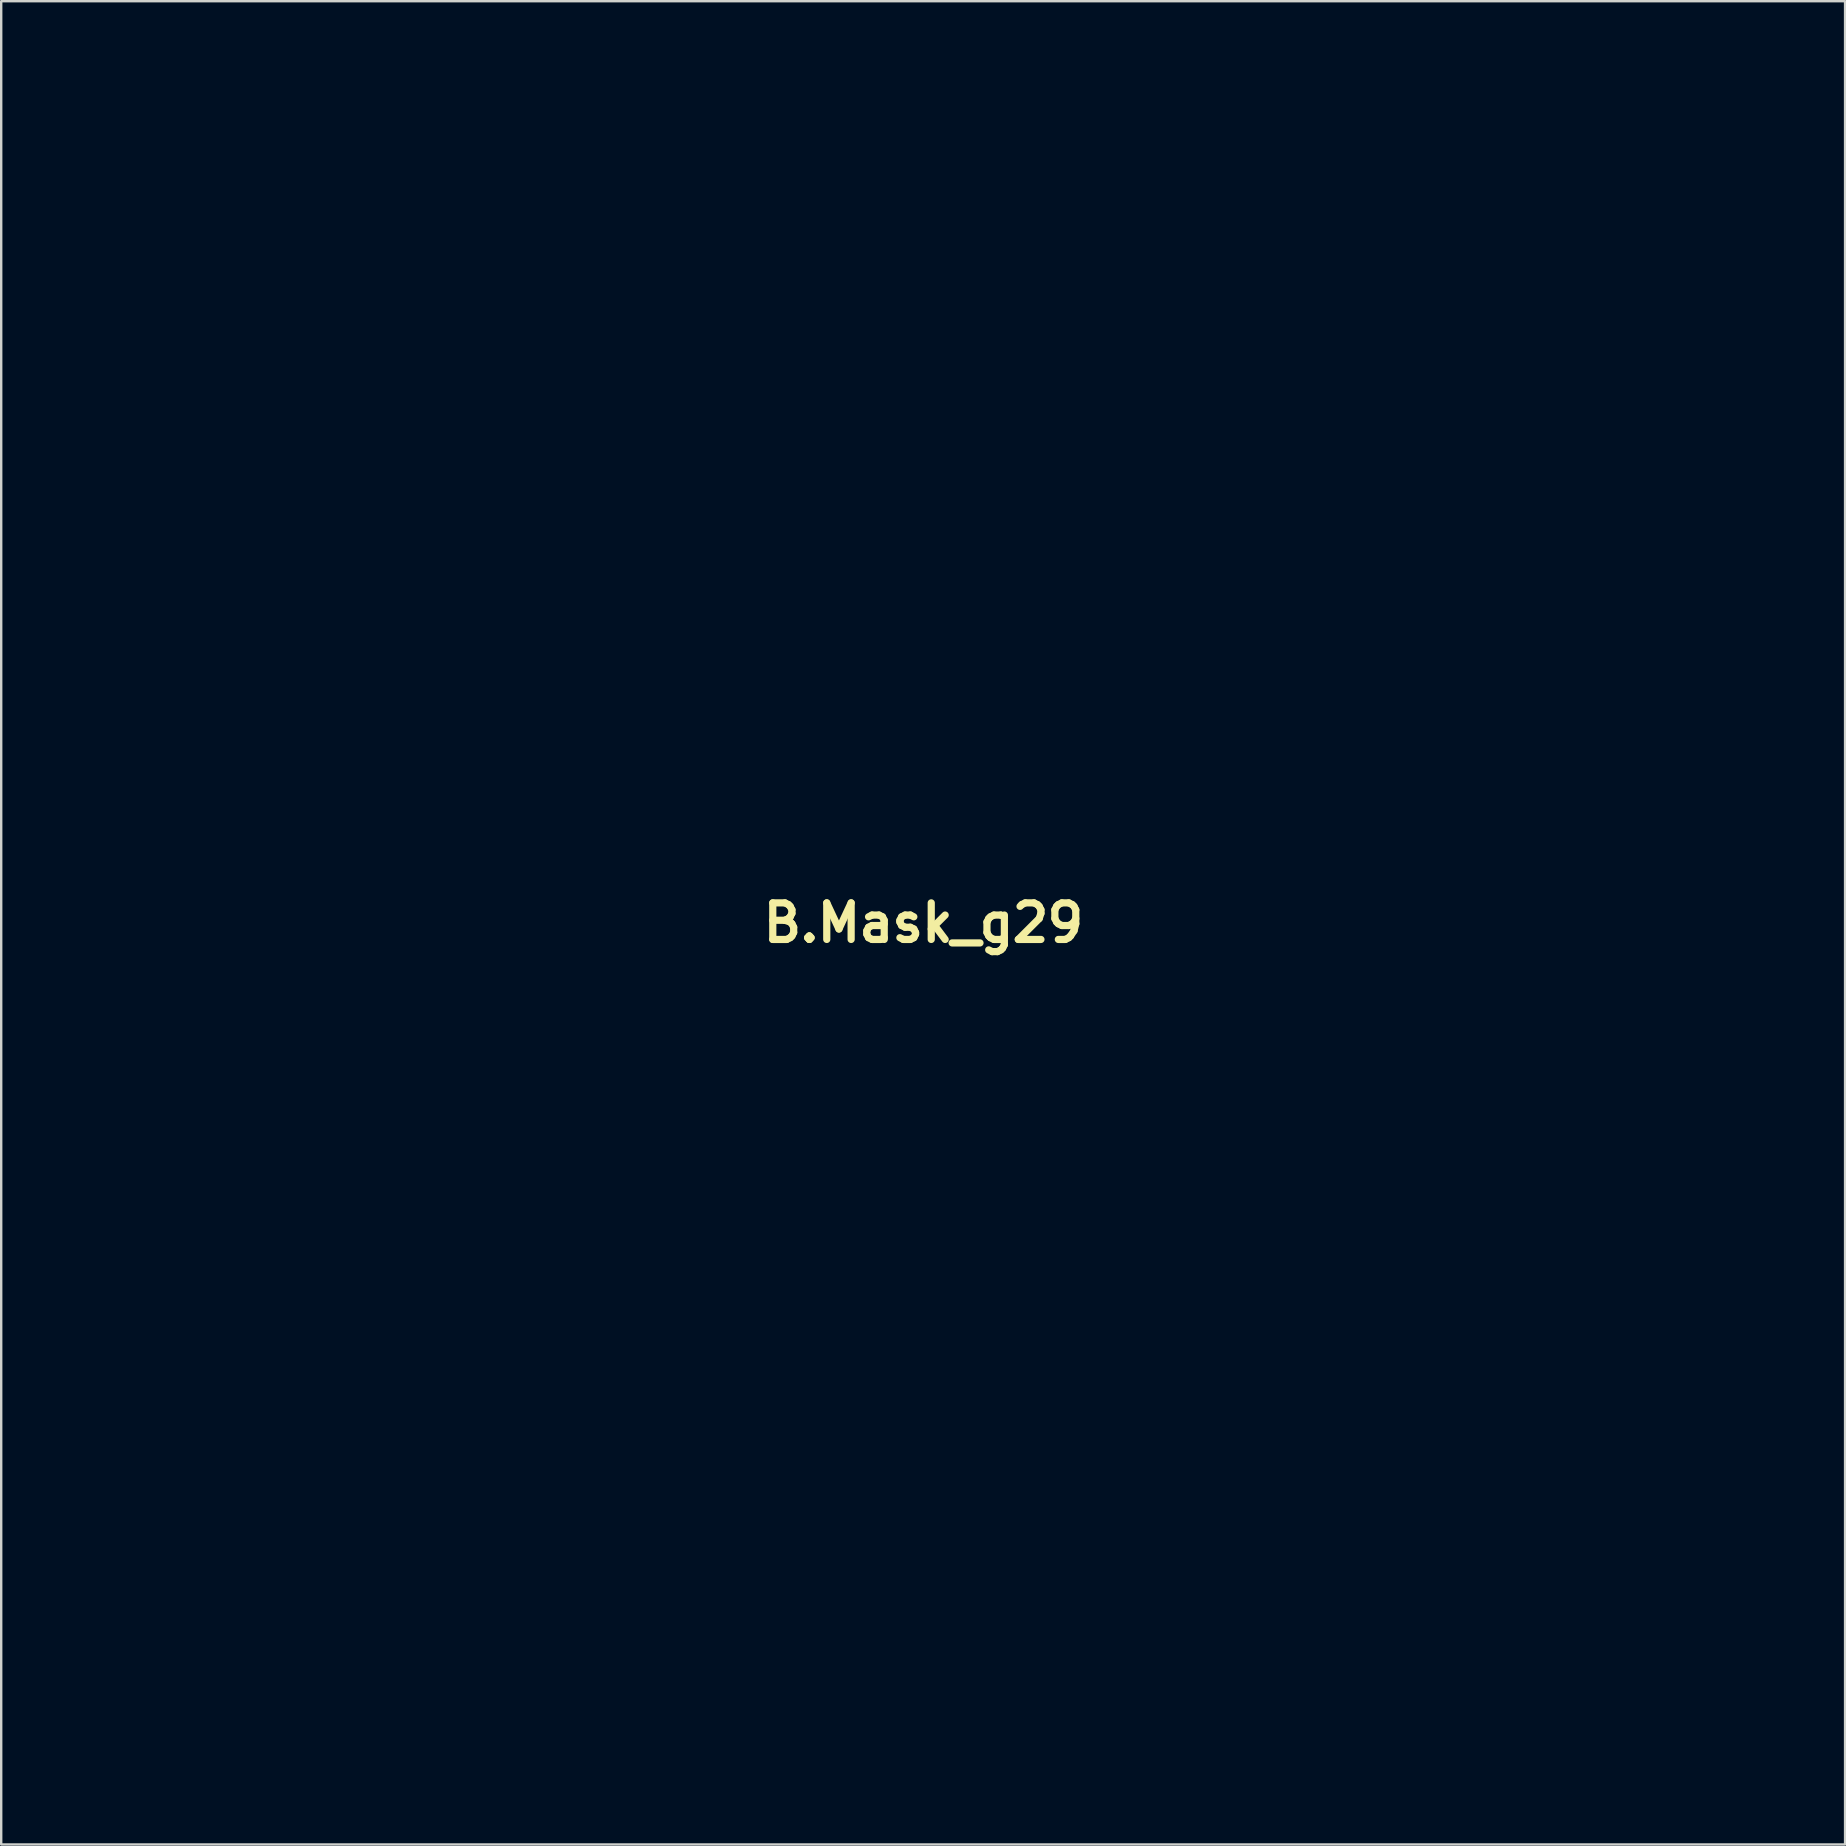
<source format=kicad_pcb>
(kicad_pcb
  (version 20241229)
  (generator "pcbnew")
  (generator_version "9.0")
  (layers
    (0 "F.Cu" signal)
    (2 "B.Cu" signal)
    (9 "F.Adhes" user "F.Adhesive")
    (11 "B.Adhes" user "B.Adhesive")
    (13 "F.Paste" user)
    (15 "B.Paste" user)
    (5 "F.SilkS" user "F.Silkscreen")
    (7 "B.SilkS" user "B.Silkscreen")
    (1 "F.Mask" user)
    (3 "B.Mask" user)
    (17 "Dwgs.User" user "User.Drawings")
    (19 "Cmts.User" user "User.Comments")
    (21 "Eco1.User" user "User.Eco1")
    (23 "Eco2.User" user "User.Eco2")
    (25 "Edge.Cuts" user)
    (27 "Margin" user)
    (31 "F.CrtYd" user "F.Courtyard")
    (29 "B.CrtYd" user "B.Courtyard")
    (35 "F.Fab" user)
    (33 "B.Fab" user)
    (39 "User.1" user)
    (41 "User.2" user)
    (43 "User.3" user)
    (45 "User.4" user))
  (footprint "B.Mask_g29"
    (layer "F.Cu")
    (at 35.435 35.414)
    (property "Reference" "B.Mask_g29" (at 0 0 0) (layer "F.SilkS") (effects (font (size 1.524 1.524) (thickness 0.3))))
    (attr through_hole)
    (fp_poly (pts (xy 6.865 -10.979) (xy 6.898 -10.925) (xy 6.943 -10.845) (xy 6.996 -10.745) (xy 7.055 -10.63) (xy 7.117 -10.507) (xy 7.179 -10.381) (xy 7.238 -10.258) (xy 7.29 -10.145) (xy 7.325 -10.065) (xy 7.523 -9.55) (xy 7.679 -9.032) (xy 7.792 -8.52) (xy 7.813 -8.369) (xy 7.829 -8.192) (xy 7.839 -8) (xy 7.843 -7.803) (xy 7.841 -7.609) (xy 7.833 -7.431) (xy 7.818 -7.277) (xy 7.804 -7.186) (xy 7.719 -6.842) (xy 7.604 -6.527) (xy 7.458 -6.236) (xy 7.278 -5.964) (xy 7.061 -5.708) (xy 6.847 -5.501) (xy 6.521 -5.234) (xy 6.18 -5.006) (xy 5.823 -4.818) (xy 5.45 -4.668) (xy 5.058 -4.556) (xy 4.647 -4.482) (xy 4.525 -4.467) (xy 4.415 -4.458) (xy 4.275 -4.453) (xy 4.12 -4.449) (xy 3.964 -4.449) (xy 3.818 -4.452) (xy 3.698 -4.458) (xy 3.672 -4.46) (xy 3.44 -4.486) (xy 3.183 -4.528) (xy 2.915 -4.581) (xy 2.65 -4.642) (xy 2.403 -4.71) (xy 2.366 -4.721) (xy 2.166 -4.787) (xy 1.947 -4.868) (xy 1.723 -4.958) (xy 1.504 -5.052) (xy 1.305 -5.144) (xy 1.169 -5.214) (xy 1.099 -5.251) (xy 3.962 -8.129) (xy 4.253 -8.421) (xy 4.535 -8.704) (xy 4.808 -8.978) (xy 5.07 -9.24) (xy 5.32 -9.49) (xy 5.557 -9.727) (xy 5.778 -9.947) (xy 5.982 -10.151) (xy 6.169 -10.337) (xy 6.336 -10.502) (xy 6.482 -10.647) (xy 6.606 -10.768) (xy 6.705 -10.866) (xy 6.78 -10.938) (xy 6.827 -10.983) (xy 6.847 -11) (xy 6.847 -11) (xy 6.865 -10.979)) (stroke (width 0.01) (type solid)) (fill yes) (layer "B.Mask"))
    (fp_poly (pts (xy -5.285 1.579) (xy -5.261 1.619) (xy -5.226 1.688) (xy -5.187 1.77) (xy -4.962 2.284) (xy -4.776 2.809) (xy -4.629 3.341) (xy -4.548 3.736) (xy -4.532 3.828) (xy -4.52 3.913) (xy -4.512 3.998) (xy -4.506 4.092) (xy -4.502 4.202) (xy -4.5 4.336) (xy -4.499 4.501) (xy -4.499 4.561) (xy -4.5 4.766) (xy -4.504 4.936) (xy -4.512 5.081) (xy -4.525 5.211) (xy -4.545 5.332) (xy -4.572 5.454) (xy -4.608 5.586) (xy -4.654 5.736) (xy -4.66 5.755) (xy -4.785 6.081) (xy -4.949 6.395) (xy -5.148 6.693) (xy -5.379 6.972) (xy -5.639 7.231) (xy -5.925 7.467) (xy -6.234 7.677) (xy -6.564 7.859) (xy -6.911 8.011) (xy -7.272 8.129) (xy -7.526 8.189) (xy -7.782 8.231) (xy -8.064 8.259) (xy -8.36 8.273) (xy -8.654 8.273) (xy -8.934 8.258) (xy -8.996 8.252) (xy -9.232 8.221) (xy -9.493 8.176) (xy -9.763 8.119) (xy -10.027 8.054) (xy -10.272 7.984) (xy -10.319 7.969) (xy -10.437 7.93) (xy -10.557 7.887) (xy -10.67 7.845) (xy -10.772 7.805) (xy -10.855 7.77) (xy -10.912 7.743) (xy -10.938 7.726) (xy -10.939 7.723) (xy -10.924 7.706) (xy -10.882 7.66) (xy -10.814 7.585) (xy -10.722 7.483) (xy -10.607 7.356) (xy -10.47 7.205) (xy -10.312 7.033) (xy -10.136 6.839) (xy -9.942 6.627) (xy -9.732 6.397) (xy -9.507 6.15) (xy -9.269 5.89) (xy -9.018 5.616) (xy -8.757 5.33) (xy -8.486 5.034) (xy -8.208 4.73) (xy -8.149 4.666) (xy -7.869 4.36) (xy -7.596 4.061) (xy -7.332 3.773) (xy -7.078 3.495) (xy -6.835 3.23) (xy -6.606 2.979) (xy -6.391 2.744) (xy -6.191 2.526) (xy -6.009 2.326) (xy -5.846 2.147) (xy -5.702 1.99) (xy -5.58 1.856) (xy -5.481 1.747) (xy -5.405 1.664) (xy -5.356 1.609) (xy -5.333 1.584) (xy -5.332 1.582) (xy -5.316 1.566) (xy -5.302 1.563) (xy -5.285 1.579)) (stroke (width 0.01) (type solid)) (fill yes) (layer "B.Mask"))
    (fp_poly (pts (xy 15.23 -1.477) (xy 15.347 -1.474) (xy 15.462 -1.467) (xy 15.566 -1.459) (xy 15.652 -1.449) (xy 15.709 -1.437) (xy 15.716 -1.435) (xy 15.773 -1.408) (xy 15.802 -1.372) (xy 15.816 -1.327) (xy 15.823 -1.281) (xy 15.834 -1.197) (xy 15.849 -1.082) (xy 15.865 -0.939) (xy 15.884 -0.774) (xy 15.905 -0.593) (xy 15.926 -0.399) (xy 15.947 -0.199) (xy 15.969 0.003) (xy 15.989 0.203) (xy 16.009 0.394) (xy 16.026 0.572) (xy 16.032 0.635) (xy 16.058 0.915) (xy 16.081 1.158) (xy 16.1 1.369) (xy 16.115 1.551) (xy 16.128 1.711) (xy 16.138 1.853) (xy 16.146 1.981) (xy 16.151 2.101) (xy 16.155 2.217) (xy 16.158 2.334) (xy 16.159 2.457) (xy 16.159 2.591) (xy 16.159 2.635) (xy 16.159 2.817) (xy 16.158 2.965) (xy 16.155 3.087) (xy 16.15 3.192) (xy 16.143 3.288) (xy 16.133 3.382) (xy 16.12 3.484) (xy 16.102 3.602) (xy 16.101 3.609) (xy 16.045 3.951) (xy 15.979 4.305) (xy 15.906 4.664) (xy 15.826 5.021) (xy 15.742 5.37) (xy 15.656 5.703) (xy 15.568 6.015) (xy 15.48 6.299) (xy 15.395 6.547) (xy 15.393 6.551) (xy 15.339 6.689) (xy 15.269 6.858) (xy 15.183 7.053) (xy 15.087 7.266) (xy 14.982 7.494) (xy 14.871 7.729) (xy 14.758 7.965) (xy 14.644 8.196) (xy 14.533 8.417) (xy 14.428 8.622) (xy 14.331 8.804) (xy 14.272 8.911) (xy 14.003 9.372) (xy 13.736 9.791) (xy 13.471 10.167) (xy 13.32 10.363) (xy 13.253 10.443) (xy 13.16 10.547) (xy 13.043 10.672) (xy 12.907 10.815) (xy 12.757 10.97) (xy 12.595 11.133) (xy 12.427 11.302) (xy 12.257 11.471) (xy 12.087 11.637) (xy 11.922 11.796) (xy 11.767 11.944) (xy 11.625 12.076) (xy 11.501 12.189) (xy 11.462 12.223) (xy 10.789 12.787) (xy 10.1 13.318) (xy 9.39 13.82) (xy 8.655 14.295) (xy 7.89 14.745) (xy 7.093 15.174) (xy 6.862 15.291) (xy 6.485 15.478) (xy 6.137 15.643) (xy 5.813 15.789) (xy 5.508 15.918) (xy 5.216 16.033) (xy 4.931 16.135) (xy 4.647 16.226) (xy 4.36 16.31) (xy 4.063 16.387) (xy 3.956 16.413) (xy 3.623 16.486) (xy 3.279 16.551) (xy 2.929 16.606) (xy 2.581 16.65) (xy 2.241 16.684) (xy 1.916 16.705) (xy 1.613 16.715) (xy 1.338 16.711) (xy 1.168 16.7) (xy 1.085 16.691) (xy 1.018 16.68) (xy 0.979 16.669) (xy 0.974 16.666) (xy 0.963 16.64) (xy 0.946 16.577) (xy 0.924 16.486) (xy 0.897 16.37) (xy 0.868 16.236) (xy 0.838 16.091) (xy 0.807 15.94) (xy 0.777 15.789) (xy 0.764 15.716) (xy 0.715 15.44) (xy 0.676 15.186) (xy 0.646 14.958) (xy 0.626 14.757) (xy 0.616 14.586) (xy 0.617 14.45) (xy 0.628 14.349) (xy 0.641 14.305) (xy 0.66 14.265) (xy 0.684 14.239) (xy 0.723 14.22) (xy 0.788 14.203) (xy 0.829 14.194) (xy 0.923 14.176) (xy 1.033 14.159) (xy 1.159 14.142) (xy 1.306 14.126) (xy 1.475 14.11) (xy 1.669 14.095) (xy 1.889 14.08) (xy 2.139 14.064) (xy 2.421 14.049) (xy 2.737 14.033) (xy 3.089 14.016) (xy 3.48 13.999) (xy 3.651 13.991) (xy 3.914 13.979) (xy 4.152 13.968) (xy 4.362 13.956) (xy 4.543 13.944) (xy 4.69 13.934) (xy 4.803 13.923) (xy 4.878 13.914) (xy 4.913 13.905) (xy 4.941 13.873) (xy 4.96 13.819) (xy 4.96 13.817) (xy 4.968 13.754) (xy 4.977 13.651) (xy 4.987 13.51) (xy 4.998 13.335) (xy 5.01 13.127) (xy 5.021 12.889) (xy 5.033 12.623) (xy 5.046 12.333) (xy 5.048 12.277) (xy 5.064 11.889) (xy 5.079 11.541) (xy 5.092 11.233) (xy 5.105 10.962) (xy 5.116 10.728) (xy 5.127 10.527) (xy 5.137 10.36) (xy 5.146 10.223) (xy 5.155 10.116) (xy 5.163 10.038) (xy 5.171 9.985) (xy 5.178 9.96) (xy 5.205 9.934) (xy 5.246 9.918) (xy 5.301 9.911) (xy 5.397 9.902) (xy 5.532 9.893) (xy 5.702 9.884) (xy 5.907 9.874) (xy 6.144 9.863) (xy 6.412 9.853) (xy 6.707 9.842) (xy 6.996 9.832) (xy 7.431 9.818) (xy 7.826 9.804) (xy 8.18 9.791) (xy 8.495 9.779) (xy 8.772 9.767) (xy 9.012 9.756) (xy 9.215 9.746) (xy 9.383 9.737) (xy 9.517 9.728) (xy 9.617 9.719) (xy 9.686 9.711) (xy 9.723 9.703) (xy 9.725 9.702) (xy 9.753 9.675) (xy 9.765 9.645) (xy 9.772 9.609) (xy 9.78 9.554) (xy 9.787 9.48) (xy 9.795 9.384) (xy 9.804 9.263) (xy 9.814 9.118) (xy 9.824 8.945) (xy 9.835 8.742) (xy 9.847 8.509) (xy 9.86 8.242) (xy 9.875 7.941) (xy 9.891 7.603) (xy 9.908 7.227) (xy 9.927 6.81) (xy 9.927 6.795) (xy 9.947 6.371) (xy 9.965 5.99) (xy 9.983 5.648) (xy 9.999 5.347) (xy 10.015 5.083) (xy 10.03 4.858) (xy 10.045 4.67) (xy 10.058 4.517) (xy 10.072 4.399) (xy 10.084 4.316) (xy 10.097 4.265) (xy 10.097 4.263) (xy 10.117 4.235) (xy 10.157 4.214) (xy 10.227 4.198) (xy 10.249 4.194) (xy 10.324 4.182) (xy 10.422 4.17) (xy 10.545 4.157) (xy 10.696 4.143) (xy 10.875 4.128) (xy 11.086 4.111) (xy 11.331 4.093) (xy 11.612 4.073) (xy 11.931 4.051) (xy 12.203 4.032) (xy 12.548 4.009) (xy 12.853 3.988) (xy 13.121 3.97) (xy 13.354 3.953) (xy 13.554 3.938) (xy 13.723 3.924) (xy 13.864 3.912) (xy 13.979 3.9) (xy 14.071 3.89) (xy 14.141 3.88) (xy 14.193 3.871) (xy 14.228 3.862) (xy 14.237 3.859) (xy 14.251 3.844) (xy 14.26 3.809) (xy 14.263 3.753) (xy 14.262 3.671) (xy 14.254 3.562) (xy 14.241 3.423) (xy 14.221 3.251) (xy 14.196 3.043) (xy 14.164 2.797) (xy 14.151 2.705) (xy 14.109 2.381) (xy 14.073 2.096) (xy 14.043 1.848) (xy 14.02 1.635) (xy 14.004 1.454) (xy 13.993 1.303) (xy 13.989 1.179) (xy 13.99 1.081) (xy 13.997 1.005) (xy 14.01 0.95) (xy 14.027 0.913) (xy 14.031 0.908) (xy 14.075 0.873) (xy 14.136 0.861) (xy 14.218 0.87) (xy 14.322 0.903) (xy 14.453 0.959) (xy 14.613 1.04) (xy 14.7 1.088) (xy 14.787 1.135) (xy 14.861 1.173) (xy 14.914 1.198) (xy 14.937 1.206) (xy 14.959 1.191) (xy 14.973 1.144) (xy 14.981 1.063) (xy 14.982 0.945) (xy 14.977 0.797) (xy 14.973 0.703) (xy 14.967 0.575) (xy 14.959 0.421) (xy 14.951 0.25) (xy 14.943 0.07) (xy 14.934 -0.109) (xy 14.933 -0.138) (xy 14.919 -0.421) (xy 14.909 -0.665) (xy 14.902 -0.871) (xy 14.897 -1.042) (xy 14.895 -1.181) (xy 14.896 -1.289) (xy 14.9 -1.369) (xy 14.907 -1.423) (xy 14.916 -1.454) (xy 14.922 -1.462) (xy 14.958 -1.471) (xy 15.027 -1.476) (xy 15.121 -1.478) (xy 15.23 -1.477)) (stroke (width 0.01) (type solid)) (fill yes) (layer "B.Mask"))
    (fp_poly (pts (xy 13.041 -7.412) (xy 13.085 -7.362) (xy 13.145 -7.283) (xy 13.218 -7.179) (xy 13.301 -7.055) (xy 13.393 -6.914) (xy 13.489 -6.761) (xy 13.571 -6.625) (xy 13.894 -6.072) (xy 14.223 -5.477) (xy 14.558 -4.842) (xy 14.824 -4.318) (xy 14.989 -3.984) (xy 15.132 -3.686) (xy 15.253 -3.424) (xy 15.353 -3.196) (xy 15.432 -3.002) (xy 15.489 -2.842) (xy 15.526 -2.716) (xy 15.535 -2.675) (xy 15.543 -2.61) (xy 15.537 -2.57) (xy 15.513 -2.538) (xy 15.513 -2.538) (xy 15.473 -2.513) (xy 15.416 -2.502) (xy 15.337 -2.504) (xy 15.236 -2.52) (xy 15.11 -2.551) (xy 14.957 -2.598) (xy 14.776 -2.66) (xy 14.563 -2.739) (xy 14.318 -2.836) (xy 14.038 -2.949) (xy 13.884 -3.013) (xy 13.679 -3.099) (xy 13.51 -3.168) (xy 13.373 -3.223) (xy 13.266 -3.264) (xy 13.185 -3.292) (xy 13.127 -3.31) (xy 13.09 -3.318) (xy 13.069 -3.316) (xy 13.064 -3.314) (xy 13.062 -3.291) (xy 13.06 -3.228) (xy 13.058 -3.129) (xy 13.055 -2.996) (xy 13.053 -2.831) (xy 13.05 -2.637) (xy 13.048 -2.417) (xy 13.045 -2.174) (xy 13.043 -1.911) (xy 13.041 -1.629) (xy 13.039 -1.333) (xy 13.037 -1.024) (xy 13.036 -0.956) (xy 13.034 -0.575) (xy 13.032 -0.235) (xy 13.03 0.068) (xy 13.028 0.335) (xy 13.025 0.57) (xy 13.023 0.773) (xy 13.02 0.947) (xy 13.016 1.095) (xy 13.012 1.218) (xy 13.008 1.32) (xy 13.003 1.402) (xy 12.997 1.467) (xy 12.99 1.516) (xy 12.983 1.553) (xy 12.975 1.579) (xy 12.965 1.597) (xy 12.955 1.608) (xy 12.949 1.613) (xy 12.927 1.624) (xy 12.893 1.638) (xy 12.845 1.655) (xy 12.78 1.675) (xy 12.698 1.7) (xy 12.596 1.728) (xy 12.473 1.762) (xy 12.327 1.8) (xy 12.156 1.845) (xy 11.959 1.895) (xy 11.735 1.952) (xy 11.481 2.016) (xy 11.195 2.087) (xy 10.877 2.166) (xy 10.524 2.253) (xy 10.135 2.349) (xy 9.708 2.454) (xy 9.282 2.558) (xy 8.919 2.648) (xy 8.596 2.729) (xy 8.312 2.801) (xy 8.065 2.866) (xy 7.854 2.923) (xy 7.677 2.972) (xy 7.533 3.015) (xy 7.42 3.052) (xy 7.338 3.083) (xy 7.284 3.108) (xy 7.261 3.124) (xy 7.246 3.146) (xy 7.234 3.183) (xy 7.225 3.236) (xy 7.219 3.308) (xy 7.217 3.399) (xy 7.219 3.512) (xy 7.223 3.649) (xy 7.232 3.812) (xy 7.244 4.002) (xy 7.261 4.222) (xy 7.281 4.472) (xy 7.306 4.756) (xy 7.335 5.075) (xy 7.368 5.43) (xy 7.406 5.825) (xy 7.441 6.181) (xy 7.459 6.37) (xy 7.475 6.557) (xy 7.49 6.736) (xy 7.503 6.898) (xy 7.512 7.037) (xy 7.519 7.147) (xy 7.521 7.207) (xy 7.525 7.461) (xy 7.396 7.467) (xy 7.335 7.467) (xy 7.24 7.461) (xy 7.122 7.451) (xy 6.989 7.437) (xy 6.85 7.421) (xy 6.844 7.42) (xy 6.621 7.393) (xy 6.437 7.376) (xy 6.293 7.368) (xy 6.185 7.368) (xy 6.114 7.378) (xy 6.076 7.396) (xy 6.075 7.397) (xy 6.065 7.417) (xy 6.06 7.447) (xy 6.061 7.494) (xy 6.068 7.56) (xy 6.083 7.651) (xy 6.105 7.771) (xy 6.136 7.926) (xy 6.16 8.043) (xy 6.197 8.228) (xy 6.225 8.377) (xy 6.245 8.495) (xy 6.257 8.587) (xy 6.262 8.659) (xy 6.261 8.715) (xy 6.256 8.752) (xy 6.241 8.802) (xy 6.21 8.83) (xy 6.161 8.847) (xy 6.08 8.865) (xy 5.963 8.884) (xy 5.809 8.905) (xy 5.617 8.928) (xy 5.387 8.953) (xy 5.118 8.98) (xy 4.809 9.008) (xy 4.46 9.039) (xy 4.071 9.072) (xy 3.639 9.107) (xy 3.577 9.112) (xy 3.161 9.145) (xy 2.786 9.176) (xy 2.449 9.203) (xy 2.149 9.228) (xy 1.884 9.25) (xy 1.653 9.27) (xy 1.453 9.288) (xy 1.283 9.304) (xy 1.141 9.318) (xy 1.025 9.33) (xy 0.933 9.341) (xy 0.864 9.35) (xy 0.816 9.358) (xy 0.787 9.365) (xy 0.778 9.369) (xy 0.769 9.383) (xy 0.764 9.414) (xy 0.762 9.462) (xy 0.765 9.531) (xy 0.773 9.621) (xy 0.785 9.736) (xy 0.803 9.878) (xy 0.825 10.047) (xy 0.854 10.247) (xy 0.888 10.479) (xy 0.928 10.745) (xy 0.975 11.048) (xy 1.028 11.39) (xy 1.066 11.631) (xy 1.114 11.937) (xy 1.155 12.202) (xy 1.189 12.431) (xy 1.216 12.623) (xy 1.238 12.781) (xy 1.253 12.907) (xy 1.263 13.004) (xy 1.267 13.072) (xy 1.266 13.114) (xy 1.266 13.115) (xy 1.259 13.146) (xy 1.242 13.169) (xy 1.204 13.191) (xy 1.139 13.216) (xy 1.09 13.233) (xy 0.892 13.296) (xy 0.658 13.363) (xy 0.394 13.433) (xy 0.105 13.504) (xy -0.202 13.576) (xy -0.52 13.647) (xy -0.846 13.716) (xy -1.171 13.781) (xy -1.492 13.842) (xy -1.8 13.896) (xy -2.092 13.943) (xy -2.36 13.982) (xy -2.424 13.99) (xy -2.94 14.05) (xy -3.421 14.093) (xy -3.87 14.121) (xy -4.29 14.132) (xy -4.686 14.128) (xy -4.947 14.116) (xy -5.189 14.096) (xy -5.419 14.064) (xy -5.642 14.019) (xy -5.866 13.958) (xy -6.098 13.879) (xy -6.344 13.78) (xy -6.613 13.659) (xy -6.806 13.566) (xy -6.919 13.51) (xy -7.001 13.468) (xy -7.057 13.434) (xy -7.095 13.406) (xy -7.12 13.377) (xy -7.14 13.343) (xy -7.15 13.324) (xy -7.177 13.268) (xy -7.194 13.23) (xy -7.197 13.221) (xy -7.177 13.217) (xy -7.124 13.211) (xy -7.048 13.205) (xy -6.997 13.201) (xy -6.641 13.157) (xy -6.284 13.073) (xy -5.929 12.951) (xy -5.581 12.794) (xy -5.242 12.602) (xy -4.917 12.378) (xy -4.61 12.124) (xy -4.324 11.843) (xy -4.166 11.664) (xy -4.066 11.543) (xy -3.954 11.402) (xy -3.829 11.24) (xy -3.688 11.056) (xy -3.533 10.849) (xy -3.362 10.618) (xy -3.173 10.361) (xy -2.968 10.078) (xy -2.743 9.767) (xy -2.5 9.428) (xy -2.237 9.059) (xy -1.953 8.66) (xy -1.648 8.229) (xy -1.32 7.764) (xy -0.995 7.303) (xy -0.687 6.865) (xy -0.402 6.461) (xy -0.14 6.088) (xy 0.102 5.745) (xy 0.323 5.431) (xy 0.526 5.145) (xy 0.71 4.883) (xy 0.878 4.646) (xy 1.03 4.432) (xy 1.168 4.239) (xy 1.292 4.065) (xy 1.403 3.909) (xy 1.503 3.77) (xy 1.593 3.646) (xy 1.673 3.536) (xy 1.746 3.437) (xy 1.811 3.35) (xy 1.87 3.271) (xy 1.924 3.2) (xy 1.974 3.135) (xy 1.999 3.103) (xy 2.043 3.05) (xy 2.093 2.993) (xy 2.151 2.933) (xy 2.219 2.866) (xy 2.3 2.79) (xy 2.396 2.705) (xy 2.508 2.609) (xy 2.639 2.498) (xy 2.79 2.373) (xy 2.964 2.231) (xy 3.163 2.07) (xy 3.39 1.888) (xy 3.645 1.685) (xy 3.931 1.457) (xy 3.971 1.425) (xy 4.151 1.282) (xy 4.337 1.134) (xy 4.521 0.987) (xy 4.699 0.844) (xy 4.864 0.711) (xy 5.012 0.592) (xy 5.136 0.491) (xy 5.209 0.432) (xy 5.294 0.362) (xy 5.377 0.294) (xy 5.462 0.226) (xy 5.551 0.155) (xy 5.646 0.079) (xy 5.75 -0.003) (xy 5.867 -0.094) (xy 5.997 -0.196) (xy 6.144 -0.31) (xy 6.311 -0.44) (xy 6.5 -0.586) (xy 6.713 -0.751) (xy 6.954 -0.936) (xy 7.225 -1.145) (xy 7.345 -1.237) (xy 7.791 -1.582) (xy 8.204 -1.904) (xy 8.585 -2.205) (xy 8.935 -2.485) (xy 9.257 -2.746) (xy 9.551 -2.989) (xy 9.82 -3.215) (xy 10.063 -3.426) (xy 10.284 -3.622) (xy 10.483 -3.806) (xy 10.662 -3.978) (xy 10.822 -4.14) (xy 10.966 -4.293) (xy 11.072 -4.413) (xy 11.348 -4.751) (xy 11.629 -5.127) (xy 11.911 -5.538) (xy 12.193 -5.982) (xy 12.472 -6.454) (xy 12.747 -6.951) (xy 12.779 -7.011) (xy 12.844 -7.132) (xy 12.903 -7.239) (xy 12.952 -7.327) (xy 12.99 -7.391) (xy 13.012 -7.425) (xy 13.016 -7.429) (xy 13.041 -7.412)) (stroke (width 0.01) (type solid)) (fill yes) (layer "B.Mask"))
    (fp_poly (pts (xy 16.532 -35.409) (xy 17.543 -35.409) (xy 18.517 -35.409) (xy 19.454 -35.408) (xy 20.355 -35.408) (xy 21.22 -35.408) (xy 22.049 -35.408) (xy 22.842 -35.408) (xy 23.601 -35.407) (xy 24.325 -35.407) (xy 25.014 -35.407) (xy 25.67 -35.406) (xy 26.292 -35.406) (xy 26.881 -35.406) (xy 27.437 -35.405) (xy 27.96 -35.405) (xy 28.452 -35.404) (xy 28.911 -35.403) (xy 29.34 -35.403) (xy 29.737 -35.402) (xy 30.104 -35.402) (xy 30.44 -35.401) (xy 30.746 -35.4) (xy 31.023 -35.399) (xy 31.271 -35.399) (xy 31.49 -35.398) (xy 31.68 -35.397) (xy 31.843 -35.396) (xy 31.977 -35.395) (xy 32.085 -35.394) (xy 32.165 -35.393) (xy 32.218 -35.392) (xy 32.246 -35.391) (xy 32.247 -35.391) (xy 32.632 -35.333) (xy 32.996 -35.238) (xy 33.341 -35.106) (xy 33.668 -34.936) (xy 33.977 -34.727) (xy 34.27 -34.479) (xy 34.366 -34.387) (xy 34.624 -34.104) (xy 34.843 -33.808) (xy 35.024 -33.497) (xy 35.169 -33.169) (xy 35.278 -32.821) (xy 35.353 -32.45) (xy 35.391 -32.109) (xy 35.392 -32.079) (xy 35.393 -32.019) (xy 35.394 -31.928) (xy 35.395 -31.807) (xy 35.396 -31.655) (xy 35.397 -31.472) (xy 35.398 -31.257) (xy 35.399 -31.01) (xy 35.4 -30.731) (xy 35.4 -30.419) (xy 35.401 -30.075) (xy 35.402 -29.698) (xy 35.403 -29.288) (xy 35.403 -28.844) (xy 35.404 -28.366) (xy 35.404 -27.854) (xy 35.405 -27.307) (xy 35.405 -26.726) (xy 35.406 -26.11) (xy 35.406 -25.458) (xy 35.407 -24.771) (xy 35.407 -24.048) (xy 35.407 -23.288) (xy 35.408 -22.492) (xy 35.408 -21.66) (xy 35.408 -20.79) (xy 35.408 -19.883) (xy 35.408 -18.938) (xy 35.408 -17.956) (xy 35.408 -16.935) (xy 35.409 -15.876) (xy 35.409 -14.777) (xy 35.409 -13.64) (xy 35.408 -12.463) (xy 35.408 -11.247) (xy 35.408 -9.991) (xy 35.408 -8.694) (xy 35.408 -7.357) (xy 35.408 -5.979) (xy 35.407 -4.56) (xy 35.407 -3.1) (xy 35.407 -1.598) (xy 35.407 -0.054) (xy 35.406 0.222) (xy 35.406 1.631) (xy 35.406 2.997) (xy 35.406 4.323) (xy 35.405 5.608) (xy 35.405 6.854) (xy 35.405 8.06) (xy 35.404 9.228) (xy 35.404 10.357) (xy 35.404 11.45) (xy 35.403 12.505) (xy 35.403 13.525) (xy 35.403 14.509) (xy 35.402 15.459) (xy 35.402 16.374) (xy 35.402 17.256) (xy 35.401 18.105) (xy 35.401 18.921) (xy 35.401 19.706) (xy 35.4 20.46) (xy 35.4 21.184) (xy 35.4 21.877) (xy 35.399 22.542) (xy 35.399 23.178) (xy 35.399 23.786) (xy 35.398 24.367) (xy 35.398 24.921) (xy 35.397 25.449) (xy 35.397 25.952) (xy 35.396 26.43) (xy 35.396 26.884) (xy 35.395 27.315) (xy 35.395 27.723) (xy 35.394 28.108) (xy 35.393 28.472) (xy 35.393 28.815) (xy 35.392 29.137) (xy 35.392 29.44) (xy 35.391 29.724) (xy 35.39 29.989) (xy 35.389 30.236) (xy 35.389 30.467) (xy 35.388 30.68) (xy 35.387 30.878) (xy 35.386 31.06) (xy 35.385 31.228) (xy 35.384 31.381) (xy 35.383 31.522) (xy 35.382 31.649) (xy 35.381 31.764) (xy 35.38 31.868) (xy 35.379 31.96) (xy 35.378 32.043) (xy 35.377 32.115) (xy 35.376 32.179) (xy 35.375 32.234) (xy 35.373 32.282) (xy 35.372 32.322) (xy 35.371 32.356) (xy 35.369 32.383) (xy 35.368 32.406) (xy 35.366 32.424) (xy 35.365 32.438) (xy 35.363 32.448) (xy 35.363 32.449) (xy 35.273 32.844) (xy 35.149 33.215) (xy 34.99 33.561) (xy 34.796 33.884) (xy 34.567 34.185) (xy 34.386 34.381) (xy 34.1 34.639) (xy 33.791 34.862) (xy 33.459 35.05) (xy 33.103 35.203) (xy 32.725 35.319) (xy 32.533 35.363) (xy 32.524 35.365) (xy 32.512 35.366) (xy 32.496 35.368) (xy 32.476 35.369) (xy 32.451 35.371) (xy 32.421 35.372) (xy 32.384 35.373) (xy 32.341 35.375) (xy 32.29 35.376) (xy 32.232 35.377) (xy 32.165 35.378) (xy 32.089 35.379) (xy 32.002 35.381) (xy 31.906 35.382) (xy 31.798 35.383) (xy 31.679 35.384) (xy 31.547 35.385) (xy 31.402 35.385) (xy 31.244 35.386) (xy 31.071 35.387) (xy 30.883 35.388) (xy 30.68 35.389) (xy 30.461 35.389) (xy 30.225 35.39) (xy 29.972 35.391) (xy 29.701 35.392) (xy 29.411 35.392) (xy 29.102 35.393) (xy 28.773 35.393) (xy 28.424 35.394) (xy 28.053 35.394) (xy 27.661 35.395) (xy 27.246 35.395) (xy 26.808 35.396) (xy 26.347 35.396) (xy 25.861 35.397) (xy 25.351 35.397) (xy 24.815 35.397) (xy 24.253 35.398) (xy 23.664 35.398) (xy 23.048 35.398) (xy 22.403 35.399) (xy 21.73 35.399) (xy 21.028 35.399) (xy 20.296 35.399) (xy 19.534 35.4) (xy 18.74 35.4) (xy 17.914 35.4) (xy 17.056 35.4) (xy 16.166 35.401) (xy 15.241 35.401) (xy 14.282 35.401) (xy 13.288 35.401) (xy 12.259 35.401) (xy 11.194 35.401) (xy 10.091 35.401) (xy 8.952 35.402) (xy 7.774 35.402) (xy 6.558 35.402) (xy 5.302 35.402) (xy 4.007 35.402) (xy 2.671 35.402) (xy 1.294 35.402) (xy 0.064 35.402) (xy -1.106 35.403) (xy -2.266 35.403) (xy -3.414 35.403) (xy -4.551 35.403) (xy -5.676 35.403) (xy -6.789 35.403) (xy -7.887 35.403) (xy -8.971 35.403) (xy -10.04 35.403) (xy -11.093 35.403) (xy -12.129 35.403) (xy -13.148 35.403) (xy -14.149 35.403) (xy -15.131 35.403) (xy -16.094 35.403) (xy -17.036 35.403) (xy -17.958 35.403) (xy -18.858 35.403) (xy -19.735 35.402) (xy -20.59 35.402) (xy -21.42 35.402) (xy -22.226 35.402) (xy -23.006 35.402) (xy -23.761 35.402) (xy -24.488 35.402) (xy -25.188 35.402) (xy -25.86 35.401) (xy -26.503 35.401) (xy -27.117 35.401) (xy -27.699 35.401) (xy -28.251 35.401) (xy -28.771 35.401) (xy -29.258 35.4) (xy -29.712 35.4) (xy -30.132 35.4) (xy -30.517 35.4) (xy -30.866 35.399) (xy -31.18 35.399) (xy -31.456 35.399) (xy -31.694 35.399) (xy -31.895 35.398) (xy -32.056 35.398) (xy -32.177 35.398) (xy -32.257 35.398) (xy -32.296 35.397) (xy -32.3 35.397) (xy -32.659 35.339) (xy -33.012 35.242) (xy -33.356 35.109) (xy -33.684 34.942) (xy -33.993 34.744) (xy -34.276 34.518) (xy -34.513 34.283) (xy -34.757 33.982) (xy -34.964 33.662) (xy -35.134 33.322) (xy -35.266 32.964) (xy -35.359 32.587) (xy -35.412 32.226) (xy -35.413 32.202) (xy -35.414 32.15) (xy -35.415 32.072) (xy -35.416 31.966) (xy -35.417 31.832) (xy -35.418 31.669) (xy -35.419 31.478) (xy -35.42 31.258) (xy -35.42 31.009) (xy -35.421 30.73) (xy -35.422 30.421) (xy -35.423 30.082) (xy -35.423 29.712) (xy -35.424 29.311) (xy -35.425 28.878) (xy -35.425 28.414) (xy -35.426 27.917) (xy -35.426 27.388) (xy -35.427 26.827) (xy -35.427 26.231) (xy -35.428 25.603) (xy -35.428 24.94) (xy -35.428 24.243) (xy -35.429 23.512) (xy -35.429 22.746) (xy -35.429 21.944) (xy -35.429 21.106) (xy -35.429 20.233) (xy -35.43 19.323) (xy -35.43 18.376) (xy -35.43 17.393) (xy -35.43 16.371) (xy -35.43 15.312) (xy -35.43 14.215) (xy -35.43 13.079) (xy -35.43 11.905) (xy -35.43 10.691) (xy -35.429 9.438) (xy -35.429 8.145) (xy -35.429 6.811) (xy -35.429 5.437) (xy -35.429 4.022) (xy -35.428 2.565) (xy -35.428 1.067) (xy -35.428 -0.159) (xy -35.427 -1.479) (xy -34.016 -1.479) (xy -34.016 -0.467) (xy -34.016 0.546) (xy -34.016 1.558) (xy -34.016 2.569) (xy -34.016 3.577) (xy -34.016 4.583) (xy -34.016 5.584) (xy -34.015 6.581) (xy -34.015 7.571) (xy -34.015 8.555) (xy -34.015 9.531) (xy -34.015 10.499) (xy -34.014 11.458) (xy -34.014 12.406) (xy -34.014 13.343) (xy -34.013 14.268) (xy -34.013 15.18) (xy -34.013 16.078) (xy -34.012 16.961) (xy -34.012 17.829) (xy -34.011 18.68) (xy -34.011 19.514) (xy -34.011 20.329) (xy -34.01 21.126) (xy -34.01 21.902) (xy -34.009 22.657) (xy -34.008 23.39) (xy -34.008 24.101) (xy -34.007 24.788) (xy -34.007 25.45) (xy -34.006 26.087) (xy -34.005 26.698) (xy -34.005 27.281) (xy -34.004 27.836) (xy -34.003 28.362) (xy -34.003 28.859) (xy -34.002 29.324) (xy -34.001 29.758) (xy -34 30.159) (xy -34 30.527) (xy -33.999 30.861) (xy -33.998 31.159) (xy -33.997 31.421) (xy -33.996 31.646) (xy -33.995 31.833) (xy -33.994 31.981) (xy -33.993 32.09) (xy -33.992 32.158) (xy -33.991 32.184) (xy -33.936 32.469) (xy -33.843 32.739) (xy -33.715 32.99) (xy -33.555 33.221) (xy -33.366 33.427) (xy -33.15 33.606) (xy -32.911 33.755) (xy -32.651 33.871) (xy -32.374 33.951) (xy -32.314 33.962) (xy -32.301 33.964) (xy -32.276 33.965) (xy -32.237 33.966) (xy -32.185 33.967) (xy -32.119 33.968) (xy -32.038 33.969) (xy -31.942 33.97) (xy -31.829 33.971) (xy -31.701 33.972) (xy -31.555 33.973) (xy -31.392 33.974) (xy -31.21 33.975) (xy -31.01 33.976) (xy -30.791 33.976) (xy -30.552 33.977) (xy -30.292 33.978) (xy -30.012 33.979) (xy -29.709 33.979) (xy -29.385 33.98) (xy -29.039 33.981) (xy -28.669 33.981) (xy -28.275 33.982) (xy -27.857 33.982) (xy -27.414 33.983) (xy -26.945 33.983) (xy -26.45 33.984) (xy -25.929 33.984) (xy -25.381 33.984) (xy -24.805 33.985) (xy -24.2 33.985) (xy -23.567 33.985) (xy -22.905 33.986) (xy -22.212 33.986) (xy -21.489 33.986) (xy -20.734 33.986) (xy -19.948 33.986) (xy -19.13 33.987) (xy -18.279 33.987) (xy -17.395 33.987) (xy -16.476 33.987) (xy -15.523 33.987) (xy -14.535 33.987) (xy -13.512 33.987) (xy -12.452 33.987) (xy -11.355 33.987) (xy -10.221 33.987) (xy -9.049 33.987) (xy -7.839 33.987) (xy -6.59 33.987) (xy -5.301 33.987) (xy -3.972 33.987) (xy -2.602 33.987) (xy -1.191 33.987) (xy 0.053 33.986) (xy 32.269 33.983) (xy 32.438 33.934) (xy 32.728 33.829) (xy 32.993 33.69) (xy 33.233 33.516) (xy 33.38 33.382) (xy 33.564 33.171) (xy 33.714 32.942) (xy 33.835 32.689) (xy 33.903 32.5) (xy 33.962 32.311) (xy 33.962 -32.29) (xy 33.913 -32.459) (xy 33.809 -32.748) (xy 33.671 -33.012) (xy 33.501 -33.249) (xy 33.301 -33.457) (xy 33.072 -33.635) (xy 32.816 -33.782) (xy 32.534 -33.897) (xy 32.398 -33.937) (xy 32.226 -33.983) (xy -32.247 -33.983) (xy -32.435 -33.935) (xy -32.71 -33.844) (xy -32.969 -33.717) (xy -33.208 -33.557) (xy -33.422 -33.367) (xy -33.606 -33.15) (xy -33.653 -33.084) (xy -33.794 -32.841) (xy -33.898 -32.591) (xy -33.968 -32.325) (xy -33.993 -32.165) (xy -33.994 -32.136) (xy -33.995 -32.066) (xy -33.996 -31.955) (xy -33.997 -31.804) (xy -33.998 -31.615) (xy -33.999 -31.388) (xy -34 -31.123) (xy -34.001 -30.823) (xy -34.002 -30.488) (xy -34.002 -30.118) (xy -34.003 -29.715) (xy -34.004 -29.279) (xy -34.005 -28.811) (xy -34.005 -28.313) (xy -34.006 -27.785) (xy -34.007 -27.228) (xy -34.007 -26.643) (xy -34.008 -26.031) (xy -34.008 -25.393) (xy -34.009 -24.729) (xy -34.009 -24.041) (xy -34.01 -23.329) (xy -34.01 -22.594) (xy -34.011 -21.838) (xy -34.011 -21.06) (xy -34.012 -20.263) (xy -34.012 -19.446) (xy -34.013 -18.611) (xy -34.013 -17.759) (xy -34.013 -16.891) (xy -34.014 -16.006) (xy -34.014 -15.107) (xy -34.014 -14.195) (xy -34.015 -13.269) (xy -34.015 -12.331) (xy -34.015 -11.383) (xy -34.015 -10.424) (xy -34.015 -9.455) (xy -34.016 -8.478) (xy -34.016 -7.494) (xy -34.016 -6.503) (xy -34.016 -5.506) (xy -34.016 -4.505) (xy -34.016 -3.499) (xy -34.016 -2.49) (xy -34.016 -1.479) (xy -35.427 -1.479) (xy -35.427 -1.573) (xy -35.427 -2.947) (xy -35.427 -4.278) (xy -35.426 -5.57) (xy -35.426 -6.822) (xy -35.426 -8.034) (xy -35.425 -9.208) (xy -35.425 -10.343) (xy -35.425 -11.442) (xy -35.425 -12.504) (xy -35.424 -13.529) (xy -35.424 -14.519) (xy -35.424 -15.474) (xy -35.423 -16.395) (xy -35.423 -17.283) (xy -35.423 -18.137) (xy -35.422 -18.959) (xy -35.422 -19.749) (xy -35.421 -20.508) (xy -35.421 -21.236) (xy -35.421 -21.935) (xy -35.42 -22.604) (xy -35.42 -23.245) (xy -35.419 -23.857) (xy -35.419 -24.442) (xy -35.419 -25) (xy -35.418 -25.532) (xy -35.418 -26.039) (xy -35.417 -26.521) (xy -35.417 -26.978) (xy -35.416 -27.411) (xy -35.415 -27.822) (xy -35.415 -28.21) (xy -35.414 -28.576) (xy -35.414 -28.921) (xy -35.413 -29.246) (xy -35.412 -29.55) (xy -35.412 -29.835) (xy -35.411 -30.101) (xy -35.41 -30.35) (xy -35.409 -30.58) (xy -35.409 -30.794) (xy -35.408 -30.992) (xy -35.407 -31.174) (xy -35.406 -31.341) (xy -35.405 -31.494) (xy -35.404 -31.632) (xy -35.403 -31.758) (xy -35.402 -31.871) (xy -35.401 -31.973) (xy -35.4 -32.063) (xy -35.399 -32.142) (xy -35.398 -32.212) (xy -35.396 -32.271) (xy -35.395 -32.323) (xy -35.394 -32.366) (xy -35.393 -32.401) (xy -35.391 -32.43) (xy -35.39 -32.452) (xy -35.388 -32.468) (xy -35.387 -32.48) (xy -35.387 -32.483) (xy -35.296 -32.863) (xy -35.179 -33.212) (xy -35.034 -33.535) (xy -34.859 -33.835) (xy -34.651 -34.116) (xy -34.409 -34.382) (xy -34.406 -34.385) (xy -34.126 -34.638) (xy -33.826 -34.856) (xy -33.506 -35.038) (xy -33.163 -35.187) (xy -32.793 -35.304) (xy -32.524 -35.365) (xy -32.514 -35.367) (xy -32.499 -35.368) (xy -32.479 -35.37) (xy -32.452 -35.371) (xy -32.419 -35.372) (xy -32.378 -35.374) (xy -32.329 -35.375) (xy -32.272 -35.376) (xy -32.205 -35.377) (xy -32.128 -35.378) (xy -32.041 -35.38) (xy -31.942 -35.381) (xy -31.832 -35.382) (xy -31.71 -35.383) (xy -31.574 -35.384) (xy -31.425 -35.385) (xy -31.261 -35.385) (xy -31.083 -35.386) (xy -30.889 -35.387) (xy -30.679 -35.388) (xy -30.452 -35.389) (xy -30.208 -35.389) (xy -29.946 -35.39) (xy -29.665 -35.391) (xy -29.366 -35.392) (xy -29.046 -35.392) (xy -28.706 -35.393) (xy -28.344 -35.394) (xy -27.961 -35.394) (xy -27.556 -35.395) (xy -27.128 -35.395) (xy -26.676 -35.396) (xy -26.2 -35.396) (xy -25.7 -35.397) (xy -25.173 -35.397) (xy -24.621 -35.398) (xy -24.042 -35.398) (xy -23.436 -35.399) (xy -22.802 -35.399) (xy -22.139 -35.399) (xy -21.448 -35.4) (xy -20.726 -35.4) (xy -19.974 -35.401) (xy -19.191 -35.401) (xy -18.377 -35.401) (xy -17.53 -35.402) (xy -16.65 -35.402) (xy -15.737 -35.402) (xy -14.79 -35.403) (xy -13.808 -35.403) (xy -12.791 -35.403) (xy -11.738 -35.404) (xy -10.648 -35.404) (xy -9.521 -35.404) (xy -8.356 -35.405) (xy -7.152 -35.405) (xy -5.91 -35.405) (xy -4.628 -35.405) (xy -3.305 -35.406) (xy -1.942 -35.406) (xy -0.537 -35.406) (xy -0.169 -35.407) (xy 1.359 -35.407) (xy 2.846 -35.407) (xy 4.291 -35.407) (xy 5.694 -35.408) (xy 7.057 -35.408) (xy 8.379 -35.408) (xy 9.661 -35.408) (xy 10.904 -35.408) (xy 12.107 -35.409) (xy 13.271 -35.409) (xy 14.396 -35.409) (xy 15.483 -35.409) (xy 16.532 -35.409)) (stroke (width 0.01) (type solid)) (fill yes) (layer "B.Mask")))
  (gr_rect
    (start -3 -3)
    (end 73.848 73.822)
    (stroke (width 0.1) (type default))
    (fill no)
    (layer "Edge.Cuts")))
</source>
